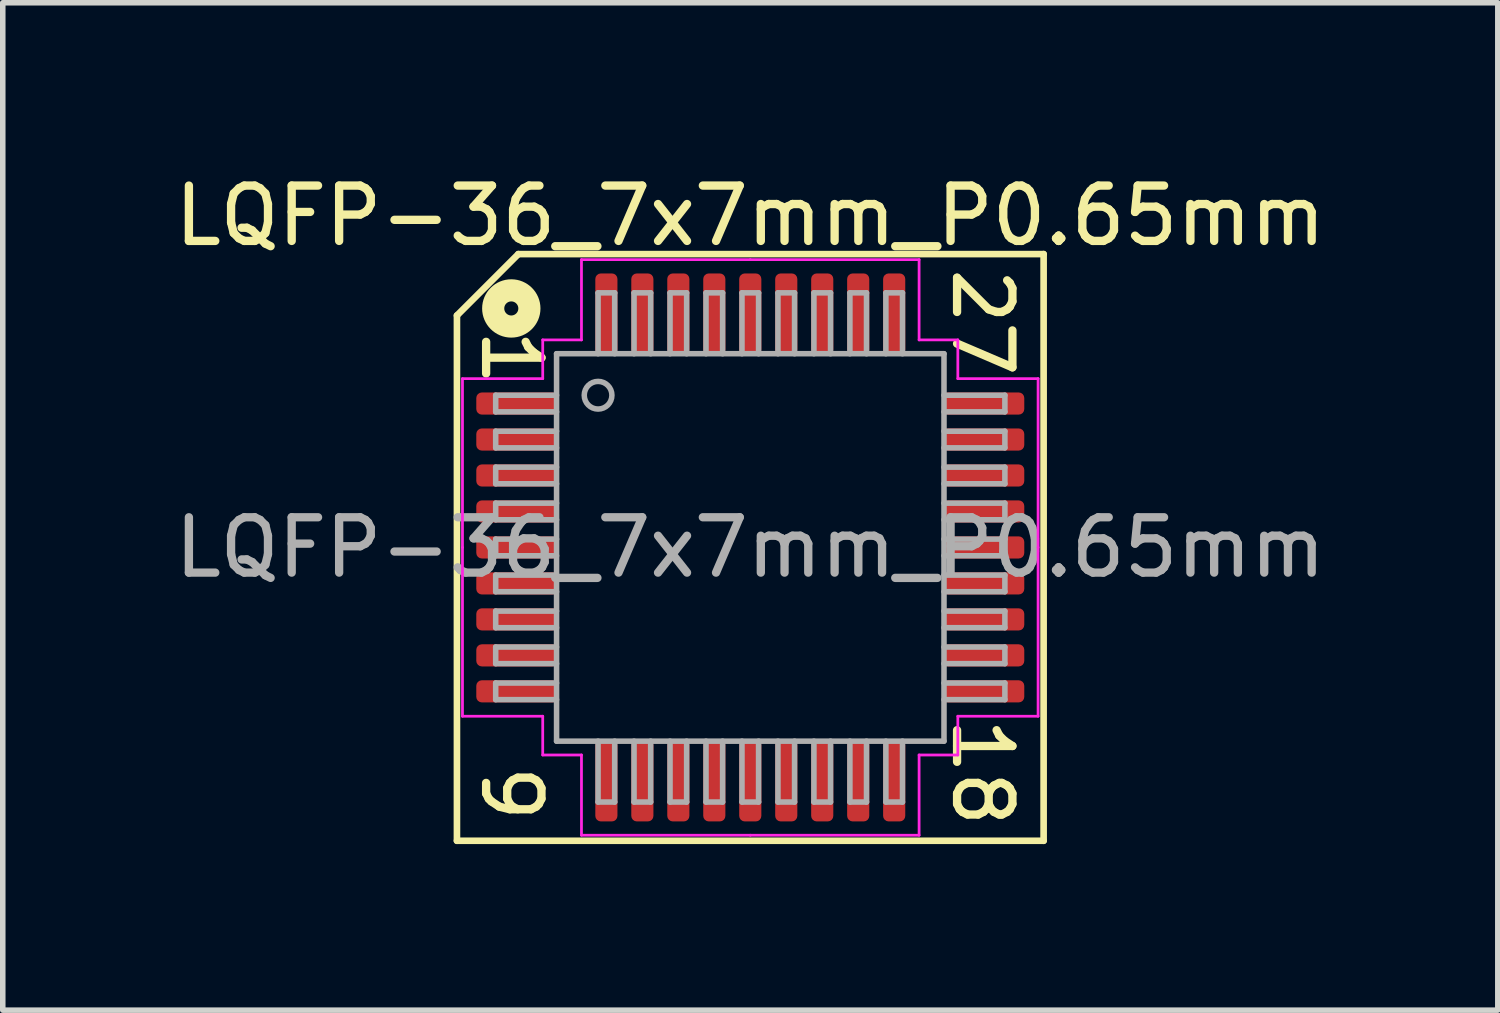
<source format=kicad_pcb>
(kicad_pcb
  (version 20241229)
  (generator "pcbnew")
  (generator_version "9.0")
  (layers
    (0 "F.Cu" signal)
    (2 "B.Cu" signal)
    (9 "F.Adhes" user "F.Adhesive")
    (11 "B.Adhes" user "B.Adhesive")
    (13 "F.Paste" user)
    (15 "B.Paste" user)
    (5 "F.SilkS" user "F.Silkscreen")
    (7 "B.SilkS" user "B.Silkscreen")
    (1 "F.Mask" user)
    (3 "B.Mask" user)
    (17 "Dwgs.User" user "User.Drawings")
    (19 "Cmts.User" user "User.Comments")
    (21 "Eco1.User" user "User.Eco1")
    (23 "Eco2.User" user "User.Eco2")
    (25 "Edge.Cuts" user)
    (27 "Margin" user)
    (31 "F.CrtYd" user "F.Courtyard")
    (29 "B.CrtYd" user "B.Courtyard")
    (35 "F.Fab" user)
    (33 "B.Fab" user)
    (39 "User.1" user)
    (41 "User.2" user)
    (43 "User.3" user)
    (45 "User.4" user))
  (footprint "LQFP-36_7x7mm_P0.65mm"
    (layer "F.Cu")
    (at 10.506 6.841)
    (property "Reference" "LQFP-36_7x7mm_P0.65mm" (at 0 -5.993 0) (layer "F.SilkS") (effects (font (size 1 1) (thickness 0.15))))
    (attr smd)
    (fp_line (start -5.3 -4.191) (end -4.191 -5.3) (stroke (width 0.12) (type solid)) (layer "F.SilkS"))
    (fp_line (start -5.3 5.3) (end -5.3 -4.191) (stroke (width 0.12) (type solid)) (layer "F.SilkS"))
    (fp_line (start -4.191 -5.3) (end 5.3 -5.3) (stroke (width 0.12) (type solid)) (layer "F.SilkS"))
    (fp_line (start 5.3 -5.3) (end 5.3 5.3) (stroke (width 0.12) (type solid)) (layer "F.SilkS"))
    (fp_line (start 5.3 5.3) (end -5.3 5.3) (stroke (width 0.12) (type solid)) (layer "F.SilkS"))
    (fp_circle (center -4.318 -4.318) (end -4.191 -4.318) (stroke (width 0.4) (type solid)) (fill no) (layer "F.SilkS"))
    (fp_line (start -5.2 -3.05) (end -5.2 0) (stroke (width 0.05) (type solid)) (layer "F.CrtYd"))
    (fp_line (start -5.2 3.05) (end -5.2 0) (stroke (width 0.05) (type solid)) (layer "F.CrtYd"))
    (fp_line (start -3.75 -3.75) (end -3.75 -3.05) (stroke (width 0.05) (type solid)) (layer "F.CrtYd"))
    (fp_line (start -3.75 -3.05) (end -5.2 -3.05) (stroke (width 0.05) (type solid)) (layer "F.CrtYd"))
    (fp_line (start -3.75 3.05) (end -5.2 3.05) (stroke (width 0.05) (type solid)) (layer "F.CrtYd"))
    (fp_line (start -3.75 3.75) (end -3.75 3.05) (stroke (width 0.05) (type solid)) (layer "F.CrtYd"))
    (fp_line (start -3.05 -5.2) (end -3.05 -3.75) (stroke (width 0.05) (type solid)) (layer "F.CrtYd"))
    (fp_line (start -3.05 -3.75) (end -3.75 -3.75) (stroke (width 0.05) (type solid)) (layer "F.CrtYd"))
    (fp_line (start -3.05 3.75) (end -3.75 3.75) (stroke (width 0.05) (type solid)) (layer "F.CrtYd"))
    (fp_line (start -3.05 5.2) (end -3.05 3.75) (stroke (width 0.05) (type solid)) (layer "F.CrtYd"))
    (fp_line (start 0 -5.2) (end -3.05 -5.2) (stroke (width 0.05) (type solid)) (layer "F.CrtYd"))
    (fp_line (start 0 -5.2) (end 3.05 -5.2) (stroke (width 0.05) (type solid)) (layer "F.CrtYd"))
    (fp_line (start 0 5.2) (end -3.05 5.2) (stroke (width 0.05) (type solid)) (layer "F.CrtYd"))
    (fp_line (start 0 5.2) (end 3.05 5.2) (stroke (width 0.05) (type solid)) (layer "F.CrtYd"))
    (fp_line (start 3.05 -5.2) (end 3.05 -3.75) (stroke (width 0.05) (type solid)) (layer "F.CrtYd"))
    (fp_line (start 3.05 -3.75) (end 3.75 -3.75) (stroke (width 0.05) (type solid)) (layer "F.CrtYd"))
    (fp_line (start 3.05 3.75) (end 3.75 3.75) (stroke (width 0.05) (type solid)) (layer "F.CrtYd"))
    (fp_line (start 3.05 5.2) (end 3.05 3.75) (stroke (width 0.05) (type solid)) (layer "F.CrtYd"))
    (fp_line (start 3.75 -3.75) (end 3.75 -3.05) (stroke (width 0.05) (type solid)) (layer "F.CrtYd"))
    (fp_line (start 3.75 -3.05) (end 5.2 -3.05) (stroke (width 0.05) (type solid)) (layer "F.CrtYd"))
    (fp_line (start 3.75 3.05) (end 5.2 3.05) (stroke (width 0.05) (type solid)) (layer "F.CrtYd"))
    (fp_line (start 3.75 3.75) (end 3.75 3.05) (stroke (width 0.05) (type solid)) (layer "F.CrtYd"))
    (fp_line (start 5.2 -3.05) (end 5.2 0) (stroke (width 0.05) (type solid)) (layer "F.CrtYd"))
    (fp_line (start 5.2 3.05) (end 5.2 0) (stroke (width 0.05) (type solid)) (layer "F.CrtYd"))
    (fp_line (start -4.6 -2.75) (end -4.6 -2.45) (stroke (width 0.1) (type solid)) (layer "F.Fab"))
    (fp_line (start -4.6 -2.75) (end -3.5 -2.75) (stroke (width 0.1) (type solid)) (layer "F.Fab"))
    (fp_line (start -4.6 -2.45) (end -3.5 -2.45) (stroke (width 0.1) (type solid)) (layer "F.Fab"))
    (fp_line (start -4.6 -2.1) (end -4.6 -1.8) (stroke (width 0.1) (type solid)) (layer "F.Fab"))
    (fp_line (start -4.6 -2.1) (end -3.5 -2.1) (stroke (width 0.1) (type solid)) (layer "F.Fab"))
    (fp_line (start -4.6 -1.8) (end -3.5 -1.8) (stroke (width 0.1) (type solid)) (layer "F.Fab"))
    (fp_line (start -4.6 -1.45) (end -4.6 -1.15) (stroke (width 0.1) (type solid)) (layer "F.Fab"))
    (fp_line (start -4.6 -1.45) (end -3.5 -1.45) (stroke (width 0.1) (type solid)) (layer "F.Fab"))
    (fp_line (start -4.6 -1.15) (end -3.5 -1.15) (stroke (width 0.1) (type solid)) (layer "F.Fab"))
    (fp_line (start -4.6 -0.8) (end -4.6 -0.5) (stroke (width 0.1) (type solid)) (layer "F.Fab"))
    (fp_line (start -4.6 -0.8) (end -3.5 -0.8) (stroke (width 0.1) (type solid)) (layer "F.Fab"))
    (fp_line (start -4.6 -0.5) (end -3.5 -0.5) (stroke (width 0.1) (type solid)) (layer "F.Fab"))
    (fp_line (start -4.6 -0.15) (end -4.6 0.15) (stroke (width 0.1) (type solid)) (layer "F.Fab"))
    (fp_line (start -4.6 -0.15) (end -3.5 -0.15) (stroke (width 0.1) (type solid)) (layer "F.Fab"))
    (fp_line (start -4.6 0.15) (end -3.5 0.15) (stroke (width 0.1) (type solid)) (layer "F.Fab"))
    (fp_line (start -4.6 0.5) (end -4.6 0.8) (stroke (width 0.1) (type solid)) (layer "F.Fab"))
    (fp_line (start -4.6 0.5) (end -3.5 0.5) (stroke (width 0.1) (type solid)) (layer "F.Fab"))
    (fp_line (start -4.6 0.8) (end -3.5 0.8) (stroke (width 0.1) (type solid)) (layer "F.Fab"))
    (fp_line (start -4.6 1.15) (end -4.6 1.45) (stroke (width 0.1) (type solid)) (layer "F.Fab"))
    (fp_line (start -4.6 1.15) (end -3.5 1.15) (stroke (width 0.1) (type solid)) (layer "F.Fab"))
    (fp_line (start -4.6 1.45) (end -3.5 1.45) (stroke (width 0.1) (type solid)) (layer "F.Fab"))
    (fp_line (start -4.6 1.8) (end -4.6 2.1) (stroke (width 0.1) (type solid)) (layer "F.Fab"))
    (fp_line (start -4.6 1.8) (end -3.5 1.8) (stroke (width 0.1) (type solid)) (layer "F.Fab"))
    (fp_line (start -4.6 2.1) (end -3.5 2.1) (stroke (width 0.1) (type solid)) (layer "F.Fab"))
    (fp_line (start -4.6 2.45) (end -4.6 2.75) (stroke (width 0.1) (type solid)) (layer "F.Fab"))
    (fp_line (start -4.6 2.45) (end -3.5 2.45) (stroke (width 0.1) (type solid)) (layer "F.Fab"))
    (fp_line (start -4.6 2.75) (end -3.5 2.75) (stroke (width 0.1) (type solid)) (layer "F.Fab"))
    (fp_line (start -3.5 -3.5) (end 3.5 -3.5) (stroke (width 0.1) (type solid)) (layer "F.Fab"))
    (fp_line (start -3.5 3.5) (end -3.5 -3.5) (stroke (width 0.1) (type solid)) (layer "F.Fab"))
    (fp_line (start -2.75 -4.6) (end -2.75 -3.5) (stroke (width 0.1) (type solid)) (layer "F.Fab"))
    (fp_line (start -2.75 4.6) (end -2.75 3.5) (stroke (width 0.1) (type solid)) (layer "F.Fab"))
    (fp_line (start -2.75 4.6) (end -2.45 4.6) (stroke (width 0.1) (type solid)) (layer "F.Fab"))
    (fp_line (start -2.45 -4.6) (end -2.75 -4.6) (stroke (width 0.1) (type solid)) (layer "F.Fab"))
    (fp_line (start -2.45 -4.6) (end -2.45 -3.5) (stroke (width 0.1) (type solid)) (layer "F.Fab"))
    (fp_line (start -2.45 4.6) (end -2.45 3.5) (stroke (width 0.1) (type solid)) (layer "F.Fab"))
    (fp_line (start -2.1 -4.6) (end -2.1 -3.5) (stroke (width 0.1) (type solid)) (layer "F.Fab"))
    (fp_line (start -2.1 4.6) (end -2.1 3.5) (stroke (width 0.1) (type solid)) (layer "F.Fab"))
    (fp_line (start -2.1 4.6) (end -1.8 4.6) (stroke (width 0.1) (type solid)) (layer "F.Fab"))
    (fp_line (start -1.8 -4.6) (end -2.1 -4.6) (stroke (width 0.1) (type solid)) (layer "F.Fab"))
    (fp_line (start -1.8 -4.6) (end -1.8 -3.5) (stroke (width 0.1) (type solid)) (layer "F.Fab"))
    (fp_line (start -1.8 4.6) (end -1.8 3.5) (stroke (width 0.1) (type solid)) (layer "F.Fab"))
    (fp_line (start -1.45 -4.6) (end -1.45 -3.5) (stroke (width 0.1) (type solid)) (layer "F.Fab"))
    (fp_line (start -1.45 4.6) (end -1.45 3.5) (stroke (width 0.1) (type solid)) (layer "F.Fab"))
    (fp_line (start -1.45 4.6) (end -1.15 4.6) (stroke (width 0.1) (type solid)) (layer "F.Fab"))
    (fp_line (start -1.15 -4.6) (end -1.45 -4.6) (stroke (width 0.1) (type solid)) (layer "F.Fab"))
    (fp_line (start -1.15 -4.6) (end -1.15 -3.5) (stroke (width 0.1) (type solid)) (layer "F.Fab"))
    (fp_line (start -1.15 4.6) (end -1.15 3.5) (stroke (width 0.1) (type solid)) (layer "F.Fab"))
    (fp_line (start -0.8 -4.6) (end -0.8 -3.5) (stroke (width 0.1) (type solid)) (layer "F.Fab"))
    (fp_line (start -0.8 4.6) (end -0.8 3.5) (stroke (width 0.1) (type solid)) (layer "F.Fab"))
    (fp_line (start -0.8 4.6) (end -0.5 4.6) (stroke (width 0.1) (type solid)) (layer "F.Fab"))
    (fp_line (start -0.5 -4.6) (end -0.8 -4.6) (stroke (width 0.1) (type solid)) (layer "F.Fab"))
    (fp_line (start -0.5 -4.6) (end -0.5 -3.5) (stroke (width 0.1) (type solid)) (layer "F.Fab"))
    (fp_line (start -0.5 4.6) (end -0.5 3.5) (stroke (width 0.1) (type solid)) (layer "F.Fab"))
    (fp_line (start -0.15 -4.6) (end -0.15 -3.5) (stroke (width 0.1) (type solid)) (layer "F.Fab"))
    (fp_line (start -0.15 4.6) (end -0.15 3.5) (stroke (width 0.1) (type solid)) (layer "F.Fab"))
    (fp_line (start -0.15 4.6) (end 0.15 4.6) (stroke (width 0.1) (type solid)) (layer "F.Fab"))
    (fp_line (start 0.15 -4.6) (end -0.15 -4.6) (stroke (width 0.1) (type solid)) (layer "F.Fab"))
    (fp_line (start 0.15 -4.6) (end 0.15 -3.5) (stroke (width 0.1) (type solid)) (layer "F.Fab"))
    (fp_line (start 0.15 4.6) (end 0.15 3.5) (stroke (width 0.1) (type solid)) (layer "F.Fab"))
    (fp_line (start 0.5 -4.6) (end 0.5 -3.5) (stroke (width 0.1) (type solid)) (layer "F.Fab"))
    (fp_line (start 0.5 4.6) (end 0.5 3.5) (stroke (width 0.1) (type solid)) (layer "F.Fab"))
    (fp_line (start 0.5 4.6) (end 0.8 4.6) (stroke (width 0.1) (type solid)) (layer "F.Fab"))
    (fp_line (start 0.8 -4.6) (end 0.5 -4.6) (stroke (width 0.1) (type solid)) (layer "F.Fab"))
    (fp_line (start 0.8 -4.6) (end 0.8 -3.5) (stroke (width 0.1) (type solid)) (layer "F.Fab"))
    (fp_line (start 0.8 4.6) (end 0.8 3.5) (stroke (width 0.1) (type solid)) (layer "F.Fab"))
    (fp_line (start 1.15 -4.6) (end 1.15 -3.5) (stroke (width 0.1) (type solid)) (layer "F.Fab"))
    (fp_line (start 1.15 4.6) (end 1.15 3.5) (stroke (width 0.1) (type solid)) (layer "F.Fab"))
    (fp_line (start 1.15 4.6) (end 1.45 4.6) (stroke (width 0.1) (type solid)) (layer "F.Fab"))
    (fp_line (start 1.45 -4.6) (end 1.15 -4.6) (stroke (width 0.1) (type solid)) (layer "F.Fab"))
    (fp_line (start 1.45 -4.6) (end 1.45 -3.5) (stroke (width 0.1) (type solid)) (layer "F.Fab"))
    (fp_line (start 1.45 4.6) (end 1.45 3.5) (stroke (width 0.1) (type solid)) (layer "F.Fab"))
    (fp_line (start 1.8 -4.6) (end 1.8 -3.5) (stroke (width 0.1) (type solid)) (layer "F.Fab"))
    (fp_line (start 1.8 4.6) (end 1.8 3.5) (stroke (width 0.1) (type solid)) (layer "F.Fab"))
    (fp_line (start 1.8 4.6) (end 2.1 4.6) (stroke (width 0.1) (type solid)) (layer "F.Fab"))
    (fp_line (start 2.1 -4.6) (end 1.8 -4.6) (stroke (width 0.1) (type solid)) (layer "F.Fab"))
    (fp_line (start 2.1 -4.6) (end 2.1 -3.5) (stroke (width 0.1) (type solid)) (layer "F.Fab"))
    (fp_line (start 2.1 4.6) (end 2.1 3.5) (stroke (width 0.1) (type solid)) (layer "F.Fab"))
    (fp_line (start 2.45 -4.6) (end 2.45 -3.5) (stroke (width 0.1) (type solid)) (layer "F.Fab"))
    (fp_line (start 2.45 4.6) (end 2.45 3.5) (stroke (width 0.1) (type solid)) (layer "F.Fab"))
    (fp_line (start 2.45 4.6) (end 2.75 4.6) (stroke (width 0.1) (type solid)) (layer "F.Fab"))
    (fp_line (start 2.75 -4.6) (end 2.45 -4.6) (stroke (width 0.1) (type solid)) (layer "F.Fab"))
    (fp_line (start 2.75 -4.6) (end 2.75 -3.5) (stroke (width 0.1) (type solid)) (layer "F.Fab"))
    (fp_line (start 2.75 4.6) (end 2.75 3.5) (stroke (width 0.1) (type solid)) (layer "F.Fab"))
    (fp_line (start 3.5 -3.5) (end 3.5 3.5) (stroke (width 0.1) (type solid)) (layer "F.Fab"))
    (fp_line (start 3.5 3.5) (end -3.5 3.5) (stroke (width 0.1) (type solid)) (layer "F.Fab"))
    (fp_line (start 4.6 -2.75) (end 3.5 -2.75) (stroke (width 0.1) (type solid)) (layer "F.Fab"))
    (fp_line (start 4.6 -2.45) (end 3.5 -2.45) (stroke (width 0.1) (type solid)) (layer "F.Fab"))
    (fp_line (start 4.6 -2.45) (end 4.6 -2.75) (stroke (width 0.1) (type solid)) (layer "F.Fab"))
    (fp_line (start 4.6 -2.1) (end 3.5 -2.1) (stroke (width 0.1) (type solid)) (layer "F.Fab"))
    (fp_line (start 4.6 -1.8) (end 3.5 -1.8) (stroke (width 0.1) (type solid)) (layer "F.Fab"))
    (fp_line (start 4.6 -1.8) (end 4.6 -2.1) (stroke (width 0.1) (type solid)) (layer "F.Fab"))
    (fp_line (start 4.6 -1.45) (end 3.5 -1.45) (stroke (width 0.1) (type solid)) (layer "F.Fab"))
    (fp_line (start 4.6 -1.15) (end 3.5 -1.15) (stroke (width 0.1) (type solid)) (layer "F.Fab"))
    (fp_line (start 4.6 -1.15) (end 4.6 -1.45) (stroke (width 0.1) (type solid)) (layer "F.Fab"))
    (fp_line (start 4.6 -0.8) (end 3.5 -0.8) (stroke (width 0.1) (type solid)) (layer "F.Fab"))
    (fp_line (start 4.6 -0.5) (end 3.5 -0.5) (stroke (width 0.1) (type solid)) (layer "F.Fab"))
    (fp_line (start 4.6 -0.5) (end 4.6 -0.8) (stroke (width 0.1) (type solid)) (layer "F.Fab"))
    (fp_line (start 4.6 -0.15) (end 3.5 -0.15) (stroke (width 0.1) (type solid)) (layer "F.Fab"))
    (fp_line (start 4.6 0.15) (end 3.5 0.15) (stroke (width 0.1) (type solid)) (layer "F.Fab"))
    (fp_line (start 4.6 0.15) (end 4.6 -0.15) (stroke (width 0.1) (type solid)) (layer "F.Fab"))
    (fp_line (start 4.6 0.5) (end 3.5 0.5) (stroke (width 0.1) (type solid)) (layer "F.Fab"))
    (fp_line (start 4.6 0.8) (end 3.5 0.8) (stroke (width 0.1) (type solid)) (layer "F.Fab"))
    (fp_line (start 4.6 0.8) (end 4.6 0.5) (stroke (width 0.1) (type solid)) (layer "F.Fab"))
    (fp_line (start 4.6 1.15) (end 3.5 1.15) (stroke (width 0.1) (type solid)) (layer "F.Fab"))
    (fp_line (start 4.6 1.45) (end 3.5 1.45) (stroke (width 0.1) (type solid)) (layer "F.Fab"))
    (fp_line (start 4.6 1.45) (end 4.6 1.15) (stroke (width 0.1) (type solid)) (layer "F.Fab"))
    (fp_line (start 4.6 1.8) (end 3.5 1.8) (stroke (width 0.1) (type solid)) (layer "F.Fab"))
    (fp_line (start 4.6 2.1) (end 3.5 2.1) (stroke (width 0.1) (type solid)) (layer "F.Fab"))
    (fp_line (start 4.6 2.1) (end 4.6 1.8) (stroke (width 0.1) (type solid)) (layer "F.Fab"))
    (fp_line (start 4.6 2.45) (end 3.5 2.45) (stroke (width 0.1) (type solid)) (layer "F.Fab"))
    (fp_line (start 4.6 2.75) (end 3.5 2.75) (stroke (width 0.1) (type solid)) (layer "F.Fab"))
    (fp_line (start 4.6 2.75) (end 4.6 2.45) (stroke (width 0.1) (type solid)) (layer "F.Fab"))
    (fp_circle (center -2.75 -2.75) (end -2.5 -2.75) (stroke (width 0.1) (type solid)) (fill no) (layer "F.Fab"))
    (fp_text user "9" (at -4.318 4.445 270) (unlocked yes) (layer "F.SilkS") (effects (font (size 1 1) (thickness 0.15))))
    (fp_text user "27" (at 4.191 -4.064 270) (unlocked yes) (layer "F.SilkS") (effects (font (size 1 1) (thickness 0.15))))
    (fp_text user "1" (at -4.318 -3.429 270) (unlocked yes) (layer "F.SilkS") (effects (font (size 1 1) (thickness 0.15))))
    (fp_text user "18" (at 4.191 4.064 270) (unlocked yes) (layer "F.SilkS") (effects (font (size 1 1) (thickness 0.15))))
    (fp_text user "${REFERENCE}" (at 0 0 0) (layer "F.Fab") (effects (font (size 1 1) (thickness 0.15))))
    (pad "1" smd roundrect (at -4.213 -2.6) (size 1.475 0.4) (layers "F.Cu" "F.Mask" "F.Paste") (roundrect_rratio 0.25))
    (pad "2" smd roundrect (at -4.213 -1.95) (size 1.475 0.4) (layers "F.Cu" "F.Mask" "F.Paste") (roundrect_rratio 0.25))
    (pad "3" smd roundrect (at -4.213 -1.3) (size 1.475 0.4) (layers "F.Cu" "F.Mask" "F.Paste") (roundrect_rratio 0.25))
    (pad "4" smd roundrect (at -4.213 -0.65) (size 1.475 0.4) (layers "F.Cu" "F.Mask" "F.Paste") (roundrect_rratio 0.25))
    (pad "5" smd roundrect (at -4.213 0) (size 1.475 0.4) (layers "F.Cu" "F.Mask" "F.Paste") (roundrect_rratio 0.25))
    (pad "6" smd roundrect (at -4.213 0.65) (size 1.475 0.4) (layers "F.Cu" "F.Mask" "F.Paste") (roundrect_rratio 0.25))
    (pad "7" smd roundrect (at -4.213 1.3) (size 1.475 0.4) (layers "F.Cu" "F.Mask" "F.Paste") (roundrect_rratio 0.25))
    (pad "8" smd roundrect (at -4.213 1.95) (size 1.475 0.4) (layers "F.Cu" "F.Mask" "F.Paste") (roundrect_rratio 0.25))
    (pad "9" smd roundrect (at -4.213 2.6) (size 1.475 0.4) (layers "F.Cu" "F.Mask" "F.Paste") (roundrect_rratio 0.25))
    (pad "10" smd roundrect (at -2.6 4.213) (size 0.4 1.475) (layers "F.Cu" "F.Mask" "F.Paste") (roundrect_rratio 0.25))
    (pad "11" smd roundrect (at -1.95 4.213) (size 0.4 1.475) (layers "F.Cu" "F.Mask" "F.Paste") (roundrect_rratio 0.25))
    (pad "12" smd roundrect (at -1.3 4.213) (size 0.4 1.475) (layers "F.Cu" "F.Mask" "F.Paste") (roundrect_rratio 0.25))
    (pad "13" smd roundrect (at -0.65 4.213) (size 0.4 1.475) (layers "F.Cu" "F.Mask" "F.Paste") (roundrect_rratio 0.25))
    (pad "14" smd roundrect (at 0 4.213) (size 0.4 1.475) (layers "F.Cu" "F.Mask" "F.Paste") (roundrect_rratio 0.25))
    (pad "15" smd roundrect (at 0.65 4.213) (size 0.4 1.475) (layers "F.Cu" "F.Mask" "F.Paste") (roundrect_rratio 0.25))
    (pad "16" smd roundrect (at 1.3 4.213) (size 0.4 1.475) (layers "F.Cu" "F.Mask" "F.Paste") (roundrect_rratio 0.25))
    (pad "17" smd roundrect (at 1.95 4.213) (size 0.4 1.475) (layers "F.Cu" "F.Mask" "F.Paste") (roundrect_rratio 0.25))
    (pad "18" smd roundrect (at 2.6 4.213) (size 0.4 1.475) (layers "F.Cu" "F.Mask" "F.Paste") (roundrect_rratio 0.25))
    (pad "19" smd roundrect (at 4.213 2.6) (size 1.475 0.4) (layers "F.Cu" "F.Mask" "F.Paste") (roundrect_rratio 0.25))
    (pad "20" smd roundrect (at 4.213 1.95) (size 1.475 0.4) (layers "F.Cu" "F.Mask" "F.Paste") (roundrect_rratio 0.25))
    (pad "21" smd roundrect (at 4.213 1.3) (size 1.475 0.4) (layers "F.Cu" "F.Mask" "F.Paste") (roundrect_rratio 0.25))
    (pad "22" smd roundrect (at 4.213 0.65) (size 1.475 0.4) (layers "F.Cu" "F.Mask" "F.Paste") (roundrect_rratio 0.25))
    (pad "23" smd roundrect (at 4.213 0) (size 1.475 0.4) (layers "F.Cu" "F.Mask" "F.Paste") (roundrect_rratio 0.25))
    (pad "24" smd roundrect (at 4.213 -0.65) (size 1.475 0.4) (layers "F.Cu" "F.Mask" "F.Paste") (roundrect_rratio 0.25))
    (pad "25" smd roundrect (at 4.213 -1.3) (size 1.475 0.4) (layers "F.Cu" "F.Mask" "F.Paste") (roundrect_rratio 0.25))
    (pad "26" smd roundrect (at 4.213 -1.95) (size 1.475 0.4) (layers "F.Cu" "F.Mask" "F.Paste") (roundrect_rratio 0.25))
    (pad "27" smd roundrect (at 4.213 -2.6) (size 1.475 0.4) (layers "F.Cu" "F.Mask" "F.Paste") (roundrect_rratio 0.25))
    (pad "28" smd roundrect (at 2.6 -4.213) (size 0.4 1.475) (layers "F.Cu" "F.Mask" "F.Paste") (roundrect_rratio 0.25))
    (pad "29" smd roundrect (at 1.95 -4.213) (size 0.4 1.475) (layers "F.Cu" "F.Mask" "F.Paste") (roundrect_rratio 0.25))
    (pad "30" smd roundrect (at 1.3 -4.213) (size 0.4 1.475) (layers "F.Cu" "F.Mask" "F.Paste") (roundrect_rratio 0.25))
    (pad "31" smd roundrect (at 0.65 -4.213) (size 0.4 1.475) (layers "F.Cu" "F.Mask" "F.Paste") (roundrect_rratio 0.25))
    (pad "32" smd roundrect (at 0 -4.213) (size 0.4 1.475) (layers "F.Cu" "F.Mask" "F.Paste") (roundrect_rratio 0.25))
    (pad "33" smd roundrect (at -0.65 -4.213) (size 0.4 1.475) (layers "F.Cu" "F.Mask" "F.Paste") (roundrect_rratio 0.25))
    (pad "34" smd roundrect (at -1.3 -4.213) (size 0.4 1.475) (layers "F.Cu" "F.Mask" "F.Paste") (roundrect_rratio 0.25))
    (pad "35" smd roundrect (at -1.95 -4.213) (size 0.4 1.475) (layers "F.Cu" "F.Mask" "F.Paste") (roundrect_rratio 0.25))
    (pad "36" smd roundrect (at -2.6 -4.213) (size 0.4 1.475) (layers "F.Cu" "F.Mask" "F.Paste") (roundrect_rratio 0.25)))
  (gr_rect
    (start -3 -3)
    (end 24.012 15.201)
    (stroke (width 0.1) (type default))
    (fill no)
    (layer "Edge.Cuts")))
</source>
